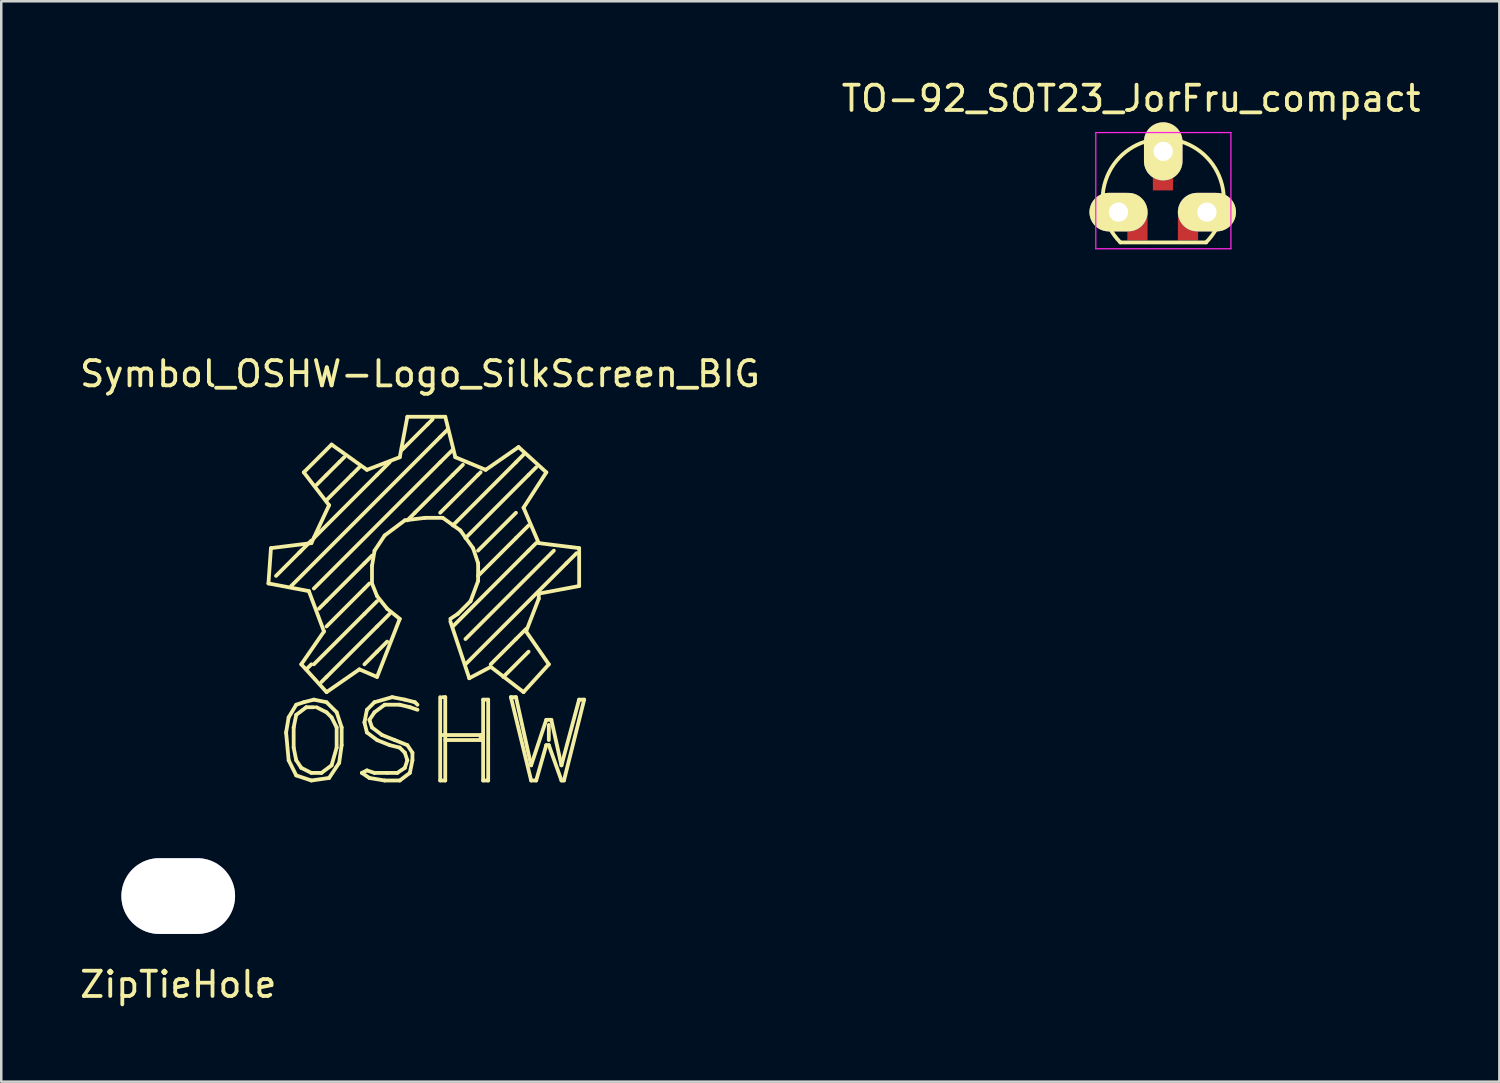
<source format=kicad_pcb>
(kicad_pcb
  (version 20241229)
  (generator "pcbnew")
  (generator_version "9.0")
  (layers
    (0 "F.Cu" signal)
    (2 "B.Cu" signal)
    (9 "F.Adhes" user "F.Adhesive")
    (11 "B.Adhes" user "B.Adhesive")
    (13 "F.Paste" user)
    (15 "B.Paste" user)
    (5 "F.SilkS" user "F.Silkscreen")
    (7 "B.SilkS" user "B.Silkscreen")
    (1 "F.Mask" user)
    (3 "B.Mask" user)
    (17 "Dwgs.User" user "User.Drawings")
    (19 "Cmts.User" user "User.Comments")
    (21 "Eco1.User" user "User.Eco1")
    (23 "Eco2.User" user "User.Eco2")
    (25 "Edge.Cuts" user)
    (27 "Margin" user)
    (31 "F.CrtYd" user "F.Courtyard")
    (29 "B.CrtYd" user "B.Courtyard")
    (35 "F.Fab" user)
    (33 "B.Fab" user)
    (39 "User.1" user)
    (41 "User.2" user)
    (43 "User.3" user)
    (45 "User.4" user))
  (footprint "ZipTieHole"
    (layer "F.Cu")
    (at 4.006 32.425)
    (property "Reference" "ZipTieHole" (at 0 3.5 0) (layer "F.SilkS") (effects (font (size 1 1) (thickness 0.15))))
    (attr through_hole)
    (pad "1" thru_hole oval (at 0 0) (size 4.5 3) (drill oval 4.5 3) (layers "*.Cu" "*.Mask")))
  (footprint "Symbol_OSHW-Logo_SilkScreen_BIG"
    (layer "F.Cu")
    (at 13.877 0.25)
    (property "Reference" "Symbol_OSHW-Logo_SilkScreen_BIG" (at -0.3 11.501 0) (layer "F.SilkS") (effects (font (size 1 1) (thickness 0.15))))
    (attr through_hole)
    (fp_line (start -6.299 19.799) (end -4.699 20.102) (stroke (width 0.15) (type solid)) (layer "F.SilkS"))
    (fp_line (start -6.2 18.4) (end -6.299 19.799) (stroke (width 0.15) (type solid)) (layer "F.SilkS"))
    (fp_line (start -5.601 25.7) (end -5.499 26.799) (stroke (width 0.15) (type solid)) (layer "F.SilkS"))
    (fp_line (start -5.499 25.1) (end -5.601 25.7) (stroke (width 0.15) (type solid)) (layer "F.SilkS"))
    (fp_line (start -5.499 26.799) (end -5.199 27.399) (stroke (width 0.15) (type solid)) (layer "F.SilkS"))
    (fp_line (start -5.301 25.499) (end -5.301 26.299) (stroke (width 0.15) (type solid)) (layer "F.SilkS"))
    (fp_line (start -5.301 26.299) (end -5.199 26.799) (stroke (width 0.15) (type solid)) (layer "F.SilkS"))
    (fp_line (start -5.199 24.6) (end -5.499 25.1) (stroke (width 0.15) (type solid)) (layer "F.SilkS"))
    (fp_line (start -5.199 25.001) (end -5.301 25.499) (stroke (width 0.15) (type solid)) (layer "F.SilkS"))
    (fp_line (start -5.199 26.799) (end -5.001 27.099) (stroke (width 0.15) (type solid)) (layer "F.SilkS"))
    (fp_line (start -5.199 27.399) (end -4.6 27.6) (stroke (width 0.15) (type solid)) (layer "F.SilkS"))
    (fp_line (start -5.1 18.6) (end -4.6 18.1) (stroke (width 0.15) (type solid)) (layer "F.SilkS"))
    (fp_line (start -5.001 18.499) (end -5.999 19.5) (stroke (width 0.15) (type solid)) (layer "F.SilkS"))
    (fp_line (start -5.001 27.099) (end -4.6 27.3) (stroke (width 0.15) (type solid)) (layer "F.SilkS"))
    (fp_line (start -4.999 23) (end -3.998 24.1) (stroke (width 0.15) (type solid)) (layer "F.SilkS"))
    (fp_line (start -4.9 15.4) (end -3.899 16.701) (stroke (width 0.15) (type solid)) (layer "F.SilkS"))
    (fp_line (start -4.9 24.501) (end -5.199 24.6) (stroke (width 0.15) (type solid)) (layer "F.SilkS"))
    (fp_line (start -4.801 24.699) (end -5.199 25.001) (stroke (width 0.15) (type solid)) (layer "F.SilkS"))
    (fp_line (start -4.699 20.102) (end -4.1 21.699) (stroke (width 0.15) (type solid)) (layer "F.SilkS"))
    (fp_line (start -4.6 18.202) (end -6.2 18.4) (stroke (width 0.15) (type solid)) (layer "F.SilkS"))
    (fp_line (start -4.6 23) (end -4.801 23.2) (stroke (width 0.15) (type solid)) (layer "F.SilkS"))
    (fp_line (start -4.6 27.3) (end -4.201 27.3) (stroke (width 0.15) (type solid)) (layer "F.SilkS"))
    (fp_line (start -4.6 27.6) (end -3.899 27.5) (stroke (width 0.15) (type solid)) (layer "F.SilkS"))
    (fp_line (start -4.501 24.399) (end -4.9 24.501) (stroke (width 0.15) (type solid)) (layer "F.SilkS"))
    (fp_line (start -4.501 24.699) (end -4.801 24.699) (stroke (width 0.15) (type solid)) (layer "F.SilkS"))
    (fp_line (start -4.201 27.3) (end -3.8 27) (stroke (width 0.15) (type solid)) (layer "F.SilkS"))
    (fp_line (start -4.1 21.699) (end -4.999 23) (stroke (width 0.15) (type solid)) (layer "F.SilkS"))
    (fp_line (start -4 15.499) (end -4.399 15.9) (stroke (width 0.15) (type solid)) (layer "F.SilkS"))
    (fp_line (start -4 20.5) (end -4.3 20.8) (stroke (width 0.15) (type solid)) (layer "F.SilkS"))
    (fp_line (start -4 23.5) (end -4.201 23.701) (stroke (width 0.15) (type solid)) (layer "F.SilkS"))
    (fp_line (start -4 24.501) (end -4.501 24.399) (stroke (width 0.15) (type solid)) (layer "F.SilkS"))
    (fp_line (start -4 24.9) (end -4.399 24.699) (stroke (width 0.15) (type solid)) (layer "F.SilkS"))
    (fp_line (start -3.998 24.1) (end -2.7 23.2) (stroke (width 0.15) (type solid)) (layer "F.SilkS"))
    (fp_line (start -3.899 16.701) (end -4.6 18.202) (stroke (width 0.15) (type solid)) (layer "F.SilkS"))
    (fp_line (start -3.899 27.5) (end -3.5 26.901) (stroke (width 0.15) (type solid)) (layer "F.SilkS"))
    (fp_line (start -3.8 14.3) (end -4.9 15.4) (stroke (width 0.15) (type solid)) (layer "F.SilkS"))
    (fp_line (start -3.8 25.1) (end -4 24.9) (stroke (width 0.15) (type solid)) (layer "F.SilkS"))
    (fp_line (start -3.8 27) (end -3.599 26.299) (stroke (width 0.15) (type solid)) (layer "F.SilkS"))
    (fp_line (start -3.599 24.9) (end -4 24.501) (stroke (width 0.15) (type solid)) (layer "F.SilkS"))
    (fp_line (start -3.599 25.499) (end -3.8 25.1) (stroke (width 0.15) (type solid)) (layer "F.SilkS"))
    (fp_line (start -3.599 26.299) (end -3.599 25.499) (stroke (width 0.15) (type solid)) (layer "F.SilkS"))
    (fp_line (start -3.5 15.001) (end -4 15.499) (stroke (width 0.15) (type solid)) (layer "F.SilkS"))
    (fp_line (start -3.5 15.001) (end -3.299 14.801) (stroke (width 0.15) (type solid)) (layer "F.SilkS"))
    (fp_line (start -3.5 26.901) (end -3.401 26.2) (stroke (width 0.15) (type solid)) (layer "F.SilkS"))
    (fp_line (start -3.401 25.499) (end -3.599 24.9) (stroke (width 0.15) (type solid)) (layer "F.SilkS"))
    (fp_line (start -3.401 26.2) (end -3.401 25.499) (stroke (width 0.15) (type solid)) (layer "F.SilkS"))
    (fp_line (start -3 15.499) (end -4 16.5) (stroke (width 0.15) (type solid)) (layer "F.SilkS"))
    (fp_line (start -3 15.499) (end -2.7 15.199) (stroke (width 0.15) (type solid)) (layer "F.SilkS"))
    (fp_line (start -2.7 23.2) (end -1.999 23.5) (stroke (width 0.15) (type solid)) (layer "F.SilkS"))
    (fp_line (start -2.601 27.3) (end -2.301 27.5) (stroke (width 0.15) (type solid)) (layer "F.SilkS"))
    (fp_line (start -2.499 18.999) (end -4 20.5) (stroke (width 0.15) (type solid)) (layer "F.SilkS"))
    (fp_line (start -2.499 18.999) (end -2.2 18.699) (stroke (width 0.15) (type solid)) (layer "F.SilkS"))
    (fp_line (start -2.499 20) (end -4 21.501) (stroke (width 0.15) (type solid)) (layer "F.SilkS"))
    (fp_line (start -2.499 20) (end -2.301 19.799) (stroke (width 0.15) (type solid)) (layer "F.SilkS"))
    (fp_line (start -2.499 21.001) (end -4.501 23) (stroke (width 0.15) (type solid)) (layer "F.SilkS"))
    (fp_line (start -2.499 21.001) (end -1.999 20.5) (stroke (width 0.15) (type solid)) (layer "F.SilkS"))
    (fp_line (start -2.499 25.301) (end -2.4 25.7) (stroke (width 0.15) (type solid)) (layer "F.SilkS"))
    (fp_line (start -2.4 15.301) (end -3.8 14.3) (stroke (width 0.15) (type solid)) (layer "F.SilkS"))
    (fp_line (start -2.4 24.8) (end -2.499 25.301) (stroke (width 0.15) (type solid)) (layer "F.SilkS"))
    (fp_line (start -2.4 25.7) (end -1.999 25.999) (stroke (width 0.15) (type solid)) (layer "F.SilkS"))
    (fp_line (start -2.4 27.201) (end -2.601 27.3) (stroke (width 0.15) (type solid)) (layer "F.SilkS"))
    (fp_line (start -2.301 25.199) (end -2.101 24.9) (stroke (width 0.15) (type solid)) (layer "F.SilkS"))
    (fp_line (start -2.301 27.5) (end -1.699 27.6) (stroke (width 0.15) (type solid)) (layer "F.SilkS"))
    (fp_line (start -2.2 19.101) (end -2.098 18.501) (stroke (width 0.15) (type solid)) (layer "F.SilkS"))
    (fp_line (start -2.2 19.799) (end -2.2 19.101) (stroke (width 0.15) (type solid)) (layer "F.SilkS"))
    (fp_line (start -2.2 25.499) (end -2.301 25.199) (stroke (width 0.15) (type solid)) (layer "F.SilkS"))
    (fp_line (start -2.101 24.501) (end -2.4 24.8) (stroke (width 0.15) (type solid)) (layer "F.SilkS"))
    (fp_line (start -2.101 24.9) (end -1.699 24.6) (stroke (width 0.15) (type solid)) (layer "F.SilkS"))
    (fp_line (start -2.101 27.3) (end -2.4 27.201) (stroke (width 0.15) (type solid)) (layer "F.SilkS"))
    (fp_line (start -2.098 18.501) (end -1.699 17.899) (stroke (width 0.15) (type solid)) (layer "F.SilkS"))
    (fp_line (start -1.999 15.499) (end -4.501 18.001) (stroke (width 0.15) (type solid)) (layer "F.SilkS"))
    (fp_line (start -1.999 15.499) (end -1.501 15.001) (stroke (width 0.15) (type solid)) (layer "F.SilkS"))
    (fp_line (start -1.999 20.3) (end -2.2 19.799) (stroke (width 0.15) (type solid)) (layer "F.SilkS"))
    (fp_line (start -1.999 21.501) (end -4 23.5) (stroke (width 0.15) (type solid)) (layer "F.SilkS"))
    (fp_line (start -1.999 21.501) (end -1.501 21.001) (stroke (width 0.15) (type solid)) (layer "F.SilkS"))
    (fp_line (start -1.999 22.499) (end -2.499 23) (stroke (width 0.15) (type solid)) (layer "F.SilkS"))
    (fp_line (start -1.999 22.499) (end -1.6 22.101) (stroke (width 0.15) (type solid)) (layer "F.SilkS"))
    (fp_line (start -1.999 23.5) (end -1.1 21.201) (stroke (width 0.15) (type solid)) (layer "F.SilkS"))
    (fp_line (start -1.999 25.999) (end -1.501 26.2) (stroke (width 0.15) (type solid)) (layer "F.SilkS"))
    (fp_line (start -1.801 25.801) (end -2.2 25.499) (stroke (width 0.15) (type solid)) (layer "F.SilkS"))
    (fp_line (start -1.699 17.899) (end -0.899 17.3) (stroke (width 0.15) (type solid)) (layer "F.SilkS"))
    (fp_line (start -1.699 24.6) (end -1.1 24.6) (stroke (width 0.15) (type solid)) (layer "F.SilkS"))
    (fp_line (start -1.699 27.6) (end -1.1 27.6) (stroke (width 0.15) (type solid)) (layer "F.SilkS"))
    (fp_line (start -1.6 20.8) (end -1.999 20.3) (stroke (width 0.15) (type solid)) (layer "F.SilkS"))
    (fp_line (start -1.6 27.3) (end -2.101 27.3) (stroke (width 0.15) (type solid)) (layer "F.SilkS"))
    (fp_line (start -1.501 26.2) (end -1.1 26.299) (stroke (width 0.15) (type solid)) (layer "F.SilkS"))
    (fp_line (start -1.4 24.3) (end -2.101 24.501) (stroke (width 0.15) (type solid)) (layer "F.SilkS"))
    (fp_line (start -1.3 25.999) (end -1.801 25.801) (stroke (width 0.15) (type solid)) (layer "F.SilkS"))
    (fp_line (start -1.199 27.3) (end -1.6 27.3) (stroke (width 0.15) (type solid)) (layer "F.SilkS"))
    (fp_line (start -1.1 14.801) (end -2.4 15.301) (stroke (width 0.15) (type solid)) (layer "F.SilkS"))
    (fp_line (start -1.1 21.201) (end -1.6 20.8) (stroke (width 0.15) (type solid)) (layer "F.SilkS"))
    (fp_line (start -1.1 24.6) (end -0.701 24.699) (stroke (width 0.15) (type solid)) (layer "F.SilkS"))
    (fp_line (start -1.1 26.299) (end -0.899 26.5) (stroke (width 0.15) (type solid)) (layer "F.SilkS"))
    (fp_line (start -1.1 27.6) (end -0.701 27.3) (stroke (width 0.15) (type solid)) (layer "F.SilkS"))
    (fp_line (start -0.899 17.3) (end -0.099 17.201) (stroke (width 0.15) (type solid)) (layer "F.SilkS"))
    (fp_line (start -0.899 24.399) (end -1.4 24.3) (stroke (width 0.15) (type solid)) (layer "F.SilkS"))
    (fp_line (start -0.899 26.5) (end -0.8 26.799) (stroke (width 0.15) (type solid)) (layer "F.SilkS"))
    (fp_line (start -0.899 27.099) (end -1.199 27.3) (stroke (width 0.15) (type solid)) (layer "F.SilkS"))
    (fp_line (start -0.8 13.2) (end -1.1 14.801) (stroke (width 0.15) (type solid)) (layer "F.SilkS"))
    (fp_line (start -0.8 26.2) (end -1.3 25.999) (stroke (width 0.15) (type solid)) (layer "F.SilkS"))
    (fp_line (start -0.8 26.799) (end -0.899 27.099) (stroke (width 0.15) (type solid)) (layer "F.SilkS"))
    (fp_line (start -0.701 24.699) (end -0.399 24.8) (stroke (width 0.15) (type solid)) (layer "F.SilkS"))
    (fp_line (start -0.701 27.3) (end -0.599 26.799) (stroke (width 0.15) (type solid)) (layer "F.SilkS"))
    (fp_line (start -0.599 26.5) (end -0.8 26.2) (stroke (width 0.15) (type solid)) (layer "F.SilkS"))
    (fp_line (start -0.599 26.799) (end -0.599 26.5) (stroke (width 0.15) (type solid)) (layer "F.SilkS"))
    (fp_line (start -0.5 17) (end -0.8 17.3) (stroke (width 0.15) (type solid)) (layer "F.SilkS"))
    (fp_line (start -0.5 24.501) (end -0.899 24.399) (stroke (width 0.15) (type solid)) (layer "F.SilkS"))
    (fp_line (start -0.399 24.6) (end -0.5 24.501) (stroke (width 0.15) (type solid)) (layer "F.SilkS"))
    (fp_line (start -0.099 17.201) (end 0.602 17.201) (stroke (width 0.15) (type solid)) (layer "F.SilkS"))
    (fp_line (start 0 13.5) (end -1.001 14.501) (stroke (width 0.15) (type solid)) (layer "F.SilkS"))
    (fp_line (start 0 13.5) (end 0.201 13.299) (stroke (width 0.15) (type solid)) (layer "F.SilkS"))
    (fp_line (start 0.5 14) (end -5.4 19.901) (stroke (width 0.15) (type solid)) (layer "F.SilkS"))
    (fp_line (start 0.5 14) (end 0.8 13.701) (stroke (width 0.15) (type solid)) (layer "F.SilkS"))
    (fp_line (start 0.5 15.001) (end -4.501 20) (stroke (width 0.15) (type solid)) (layer "F.SilkS"))
    (fp_line (start 0.5 15.001) (end 1.001 14.501) (stroke (width 0.15) (type solid)) (layer "F.SilkS"))
    (fp_line (start 0.5 24.3) (end 0.5 27.6) (stroke (width 0.15) (type solid)) (layer "F.SilkS"))
    (fp_line (start 0.5 27.6) (end 0.701 27.6) (stroke (width 0.15) (type solid)) (layer "F.SilkS"))
    (fp_line (start 0.599 25.801) (end 2.101 25.801) (stroke (width 0.15) (type solid)) (layer "F.SilkS"))
    (fp_line (start 0.602 17.201) (end 1.3 17.701) (stroke (width 0.15) (type solid)) (layer "F.SilkS"))
    (fp_line (start 0.701 13.2) (end -0.8 13.2) (stroke (width 0.15) (type solid)) (layer "F.SilkS"))
    (fp_line (start 0.701 24.3) (end 0.599 24.3) (stroke (width 0.15) (type solid)) (layer "F.SilkS"))
    (fp_line (start 0.701 27.6) (end 0.701 24.3) (stroke (width 0.15) (type solid)) (layer "F.SilkS"))
    (fp_line (start 0.902 21.3) (end 1.651 23.551) (stroke (width 0.15) (type solid)) (layer "F.SilkS"))
    (fp_line (start 1.001 15.499) (end -0.5 17) (stroke (width 0.15) (type solid)) (layer "F.SilkS"))
    (fp_line (start 1.001 15.499) (end 1.4 15.1) (stroke (width 0.15) (type solid)) (layer "F.SilkS"))
    (fp_line (start 1.1 14.801) (end 0.701 13.2) (stroke (width 0.15) (type solid)) (layer "F.SilkS"))
    (fp_line (start 1.201 21.001) (end 0.902 21.201) (stroke (width 0.15) (type solid)) (layer "F.SilkS"))
    (fp_line (start 1.3 17.701) (end 1.801 18.4) (stroke (width 0.15) (type solid)) (layer "F.SilkS"))
    (fp_line (start 1.651 23.551) (end 2.502 23.101) (stroke (width 0.15) (type solid)) (layer "F.SilkS"))
    (fp_line (start 1.702 20.5) (end 1.201 21.001) (stroke (width 0.15) (type solid)) (layer "F.SilkS"))
    (fp_line (start 1.801 18.4) (end 2.002 18.999) (stroke (width 0.15) (type solid)) (layer "F.SilkS"))
    (fp_line (start 1.999 15.499) (end 0.5 17) (stroke (width 0.15) (type solid)) (layer "F.SilkS"))
    (fp_line (start 1.999 15.499) (end 2.101 15.4) (stroke (width 0.15) (type solid)) (layer "F.SilkS"))
    (fp_line (start 2.002 18.999) (end 2.002 19.7) (stroke (width 0.15) (type solid)) (layer "F.SilkS"))
    (fp_line (start 2.002 19.7) (end 1.702 20.5) (stroke (width 0.15) (type solid)) (layer "F.SilkS"))
    (fp_line (start 2.101 25.801) (end 2.101 25.999) (stroke (width 0.15) (type solid)) (layer "F.SilkS"))
    (fp_line (start 2.101 25.999) (end 0.701 25.999) (stroke (width 0.15) (type solid)) (layer "F.SilkS"))
    (fp_line (start 2.2 24.399) (end 2.2 27.6) (stroke (width 0.15) (type solid)) (layer "F.SilkS"))
    (fp_line (start 2.2 27.6) (end 2.4 27.6) (stroke (width 0.15) (type solid)) (layer "F.SilkS"))
    (fp_line (start 2.301 15.301) (end 1.1 14.801) (stroke (width 0.15) (type solid)) (layer "F.SilkS"))
    (fp_line (start 2.4 24.399) (end 2.2 24.399) (stroke (width 0.15) (type solid)) (layer "F.SilkS"))
    (fp_line (start 2.4 27.6) (end 2.4 24.399) (stroke (width 0.15) (type solid)) (layer "F.SilkS"))
    (fp_line (start 2.502 23.101) (end 3.8 24.1) (stroke (width 0.15) (type solid)) (layer "F.SilkS"))
    (fp_line (start 3.299 24.3) (end 4.1 27.6) (stroke (width 0.15) (type solid)) (layer "F.SilkS"))
    (fp_line (start 3.5 15.001) (end 1.001 17.501) (stroke (width 0.15) (type solid)) (layer "F.SilkS"))
    (fp_line (start 3.5 15.001) (end 3.8 14.699) (stroke (width 0.15) (type solid)) (layer "F.SilkS"))
    (fp_line (start 3.5 17) (end 1.999 18.499) (stroke (width 0.15) (type solid)) (layer "F.SilkS"))
    (fp_line (start 3.5 18.001) (end 1.999 19.5) (stroke (width 0.15) (type solid)) (layer "F.SilkS"))
    (fp_line (start 3.5 18.001) (end 4 17.501) (stroke (width 0.15) (type solid)) (layer "F.SilkS"))
    (fp_line (start 3.5 21.999) (end 2.499 23) (stroke (width 0.15) (type solid)) (layer "F.SilkS"))
    (fp_line (start 3.5 21.999) (end 3.899 21.6) (stroke (width 0.15) (type solid)) (layer "F.SilkS"))
    (fp_line (start 3.5 24.3) (end 3.299 24.3) (stroke (width 0.15) (type solid)) (layer "F.SilkS"))
    (fp_line (start 3.602 14.399) (end 2.301 15.301) (stroke (width 0.15) (type solid)) (layer "F.SilkS"))
    (fp_line (start 3.8 16.8) (end 4.702 15.4) (stroke (width 0.15) (type solid)) (layer "F.SilkS"))
    (fp_line (start 3.8 24.1) (end 4.801 23) (stroke (width 0.15) (type solid)) (layer "F.SilkS"))
    (fp_line (start 3.901 21.699) (end 4.402 20.401) (stroke (width 0.15) (type solid)) (layer "F.SilkS"))
    (fp_line (start 4 15.499) (end 1.501 18.001) (stroke (width 0.15) (type solid)) (layer "F.SilkS"))
    (fp_line (start 4 15.499) (end 4.3 15.199) (stroke (width 0.15) (type solid)) (layer "F.SilkS"))
    (fp_line (start 4 18.499) (end 1.001 21.501) (stroke (width 0.15) (type solid)) (layer "F.SilkS"))
    (fp_line (start 4 18.499) (end 4.3 18.199) (stroke (width 0.15) (type solid)) (layer "F.SilkS"))
    (fp_line (start 4 22.499) (end 3 23.5) (stroke (width 0.15) (type solid)) (layer "F.SilkS"))
    (fp_line (start 4.1 27) (end 3.5 24.3) (stroke (width 0.15) (type solid)) (layer "F.SilkS"))
    (fp_line (start 4.1 27.6) (end 4.3 27.6) (stroke (width 0.15) (type solid)) (layer "F.SilkS"))
    (fp_line (start 4.3 27.6) (end 4.699 26.2) (stroke (width 0.15) (type solid)) (layer "F.SilkS"))
    (fp_line (start 4.402 18.202) (end 3.8 16.8) (stroke (width 0.15) (type solid)) (layer "F.SilkS"))
    (fp_line (start 4.402 20.201) (end 6.002 19.901) (stroke (width 0.15) (type solid)) (layer "F.SilkS"))
    (fp_line (start 4.402 20.401) (end 4.402 20.201) (stroke (width 0.15) (type solid)) (layer "F.SilkS"))
    (fp_line (start 4.699 25.199) (end 4.1 27) (stroke (width 0.15) (type solid)) (layer "F.SilkS"))
    (fp_line (start 4.699 26.2) (end 4.801 26.2) (stroke (width 0.15) (type solid)) (layer "F.SilkS"))
    (fp_line (start 4.702 15.4) (end 3.602 14.399) (stroke (width 0.15) (type solid)) (layer "F.SilkS"))
    (fp_line (start 4.801 23) (end 3.901 21.699) (stroke (width 0.15) (type solid)) (layer "F.SilkS"))
    (fp_line (start 4.801 25.4) (end 4.801 25.999) (stroke (width 0.15) (type solid)) (layer "F.SilkS"))
    (fp_line (start 4.801 26.2) (end 5.301 27.6) (stroke (width 0.15) (type solid)) (layer "F.SilkS"))
    (fp_line (start 4.9 25.199) (end 4.699 25.199) (stroke (width 0.15) (type solid)) (layer "F.SilkS"))
    (fp_line (start 5.001 18.499) (end 1.501 21.999) (stroke (width 0.15) (type solid)) (layer "F.SilkS"))
    (fp_line (start 5.301 27) (end 4.9 25.199) (stroke (width 0.15) (type solid)) (layer "F.SilkS"))
    (fp_line (start 5.301 27.6) (end 5.4 27.6) (stroke (width 0.15) (type solid)) (layer "F.SilkS"))
    (fp_line (start 5.4 27.6) (end 6.2 24.399) (stroke (width 0.15) (type solid)) (layer "F.SilkS"))
    (fp_line (start 5.499 18.999) (end 1.501 23) (stroke (width 0.15) (type solid)) (layer "F.SilkS"))
    (fp_line (start 5.499 18.999) (end 5.9 18.6) (stroke (width 0.15) (type solid)) (layer "F.SilkS"))
    (fp_line (start 5.999 24.399) (end 5.301 27) (stroke (width 0.15) (type solid)) (layer "F.SilkS"))
    (fp_line (start 6.002 18.4) (end 4.402 18.202) (stroke (width 0.15) (type solid)) (layer "F.SilkS"))
    (fp_line (start 6.002 19.901) (end 6.002 18.4) (stroke (width 0.15) (type solid)) (layer "F.SilkS"))
    (fp_line (start 6.2 24.399) (end 5.999 24.399) (stroke (width 0.15) (type solid)) (layer "F.SilkS")))
  (footprint "TO-92_SOT23_JorFru_compact"
    (layer "F.Cu")
    (at 41.732 4.848)
    (property "Reference" "TO-92_SOT23_JorFru_compact" (at 0 -4 0) (layer "F.SilkS") (effects (font (size 1 1) (thickness 0.15))))
    (attr through_hole)
    (fp_line (start -0.43 1.7) (end 2.97 1.7) (stroke (width 0.15) (type solid)) (layer "F.SilkS"))
    (fp_arc (start -0.427056 1.697056) (mid -0.947311 -0.91844) (end 1.27 -2.4) (stroke (width 0.15) (type solid)) (layer "F.SilkS"))
    (fp_arc (start 1.27 -2.4) (mid 3.487311 -0.91844) (end 2.967056 1.697056) (stroke (width 0.15) (type solid)) (layer "F.SilkS"))
    (fp_line (start -1.4 -2.65) (end 3.95 -2.65) (stroke (width 0.05) (type solid)) (layer "F.CrtYd"))
    (fp_line (start -1.4 1.95) (end -1.4 -2.65) (stroke (width 0.05) (type solid)) (layer "F.CrtYd"))
    (fp_line (start -1.4 1.95) (end 3.95 1.95) (stroke (width 0.05) (type solid)) (layer "F.CrtYd"))
    (fp_line (start 3.95 1.95) (end 3.95 -2.65) (stroke (width 0.05) (type solid)) (layer "F.CrtYd"))
    (pad "1" thru_hole oval (at -0.5 0.5) (size 2.3 1.524) (drill 0.762) (layers "*.Cu" "*.Mask" "F.SilkS"))
    (pad "1" smd rect (at 0.25 1.07) (size 0.8 1.1) (layers "F.Cu" "F.Mask" "F.Paste"))
    (pad "2" smd rect (at 1.26 -0.91) (size 0.8 1.1) (layers "F.Cu" "F.Mask" "F.Paste"))
    (pad "2" thru_hole oval (at 1.27 -1.905 90) (size 2.3 1.524) (drill 0.762) (layers "*.Cu" "*.Mask" "F.SilkS"))
    (pad "3" smd rect (at 2.25 1.07) (size 0.8 1.1) (layers "F.Cu" "F.Mask" "F.Paste"))
    (pad "3" thru_hole oval (at 3 0.5) (size 2.3 1.524) (drill 0.762) (layers "*.Cu" "*.Mask" "F.SilkS")))
  (gr_rect
    (start -3 -3)
    (end 56.31 39.773)
    (stroke (width 0.1) (type default))
    (fill no)
    (layer "Edge.Cuts")))
</source>
